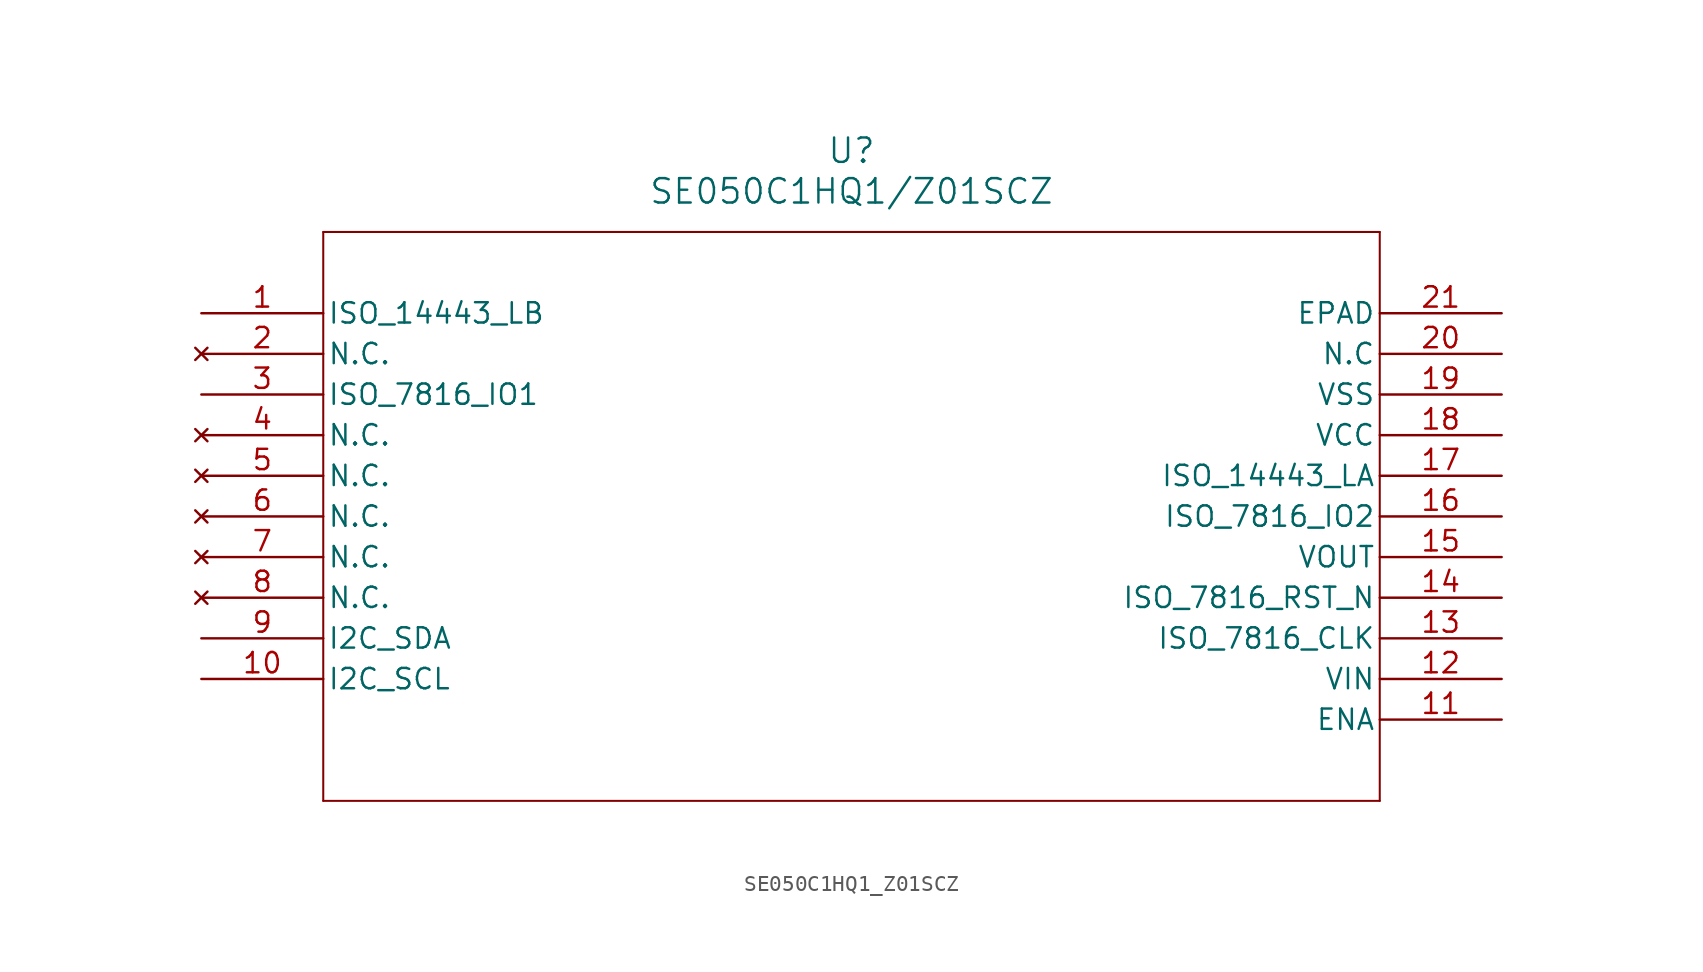
<source format=kicad_sym>
(kicad_symbol_lib
  (version 20211014)
  (generator kicad_symbol_editor)
  (symbol "SE050C1HQ1_Z01SCZ"
    (pin_names
      (offset 0.254))
    (property "Reference" "U"
      (at 40.64 10.16 0)
      (effects (font (size 1.524 1.524))))
    (property "Value" "SE050C1HQ1/Z01SCZ"
      (at 40.64 7.62 0)
      (effects (font (size 1.524 1.524))))
    (symbol "SE050C1HQ1_Z01SCZ_0_1"
      (polyline (pts (xy 7.62 5.08) (xy 7.62 -30.48)) (stroke (width 0.127) (type default) (color 0 0 0 0)) (fill (type none)))
      (polyline (pts (xy 7.62 -30.48) (xy 73.66 -30.48)) (stroke (width 0.127) (type default) (color 0 0 0 0)) (fill (type none)))
      (polyline (pts (xy 73.66 -30.48) (xy 73.66 5.08)) (stroke (width 0.127) (type default) (color 0 0 0 0)) (fill (type none)))
      (polyline (pts (xy 73.66 5.08) (xy 7.62 5.08)) (stroke (width 0.127) (type default) (color 0 0 0 0)) (fill (type none)))
      (pin bidirectional line (at 0 0 0) (length 7.62) (name "ISO 14443 LB" (effects (font (size 1.27 1.27)))) (number "1" (effects (font (size 1.27 1.27)))))
      (pin no_connect line (at 0 -2.54 0) (length 7.62) (name "N.C." (effects (font (size 1.27 1.27)))) (number "2" (effects (font (size 1.27 1.27)))))
      (pin bidirectional line (at 0 -5.08 0) (length 7.62) (name "ISO 7816 IO1" (effects (font (size 1.27 1.27)))) (number "3" (effects (font (size 1.27 1.27)))))
      (pin no_connect line (at 0 -7.62 0) (length 7.62) (name "N.C." (effects (font (size 1.27 1.27)))) (number "4" (effects (font (size 1.27 1.27)))))
      (pin no_connect line (at 0 -10.16 0) (length 7.62) (name "N.C." (effects (font (size 1.27 1.27)))) (number "5" (effects (font (size 1.27 1.27)))))
      (pin no_connect line (at 0 -12.7 0) (length 7.62) (name "N.C." (effects (font (size 1.27 1.27)))) (number "6" (effects (font (size 1.27 1.27)))))
      (pin no_connect line (at 0 -15.24 0) (length 7.62) (name "N.C." (effects (font (size 1.27 1.27)))) (number "7" (effects (font (size 1.27 1.27)))))
      (pin no_connect line (at 0 -17.78 0) (length 7.62) (name "N.C." (effects (font (size 1.27 1.27)))) (number "8" (effects (font (size 1.27 1.27)))))
      (pin bidirectional line (at 0 -20.32 0) (length 7.62) (name "I2C_SDA" (effects (font (size 1.27 1.27)))) (number "9" (effects (font (size 1.27 1.27)))))
      (pin bidirectional line (at 0 -22.86 0) (length 7.62) (name "I2C_SCL" (effects (font (size 1.27 1.27)))) (number "10" (effects (font (size 1.27 1.27)))))
      (pin unspecified line (at 81.28 -25.4 180) (length 7.62) (name "ENA" (effects (font (size 1.27 1.27)))) (number "11" (effects (font (size 1.27 1.27)))))
      (pin unspecified line (at 81.28 -22.86 180) (length 7.62) (name "VIN" (effects (font (size 1.27 1.27)))) (number "12" (effects (font (size 1.27 1.27)))))
      (pin bidirectional line (at 81.28 -20.32 180) (length 7.62) (name "ISO 7816 CLK" (effects (font (size 1.27 1.27)))) (number "13" (effects (font (size 1.27 1.27)))))
      (pin bidirectional line (at 81.28 -17.78 180) (length 7.62) (name "ISO 7816 RST_N" (effects (font (size 1.27 1.27)))) (number "14" (effects (font (size 1.27 1.27)))))
      (pin output line (at 81.28 -15.24 180) (length 7.62) (name "VOUT" (effects (font (size 1.27 1.27)))) (number "15" (effects (font (size 1.27 1.27)))))
      (pin bidirectional line (at 81.28 -12.7 180) (length 7.62) (name "ISO 7816 IO2" (effects (font (size 1.27 1.27)))) (number "16" (effects (font (size 1.27 1.27)))))
      (pin bidirectional line (at 81.28 -10.16 180) (length 7.62) (name "ISO 14443 LA" (effects (font (size 1.27 1.27)))) (number "17" (effects (font (size 1.27 1.27)))))
      (pin power_in line (at 81.28 -7.62 180) (length 7.62) (name "VCC" (effects (font (size 1.27 1.27)))) (number "18" (effects (font (size 1.27 1.27)))))
      (pin power_out line (at 81.28 -5.08 180) (length 7.62) (name "VSS" (effects (font (size 1.27 1.27)))) (number "19" (effects (font (size 1.27 1.27)))))
      (pin bidirectional line (at 81.28 -2.54 180) (length 7.62) (name "N.C" (effects (font (size 1.27 1.27)))) (number "20" (effects (font (size 1.27 1.27)))))
      (pin unspecified line (at 81.28 0 180) (length 7.62) (name "EPAD" (effects (font (size 1.27 1.27)))) (number "21" (effects (font (size 1.27 1.27))))))))
</source>
